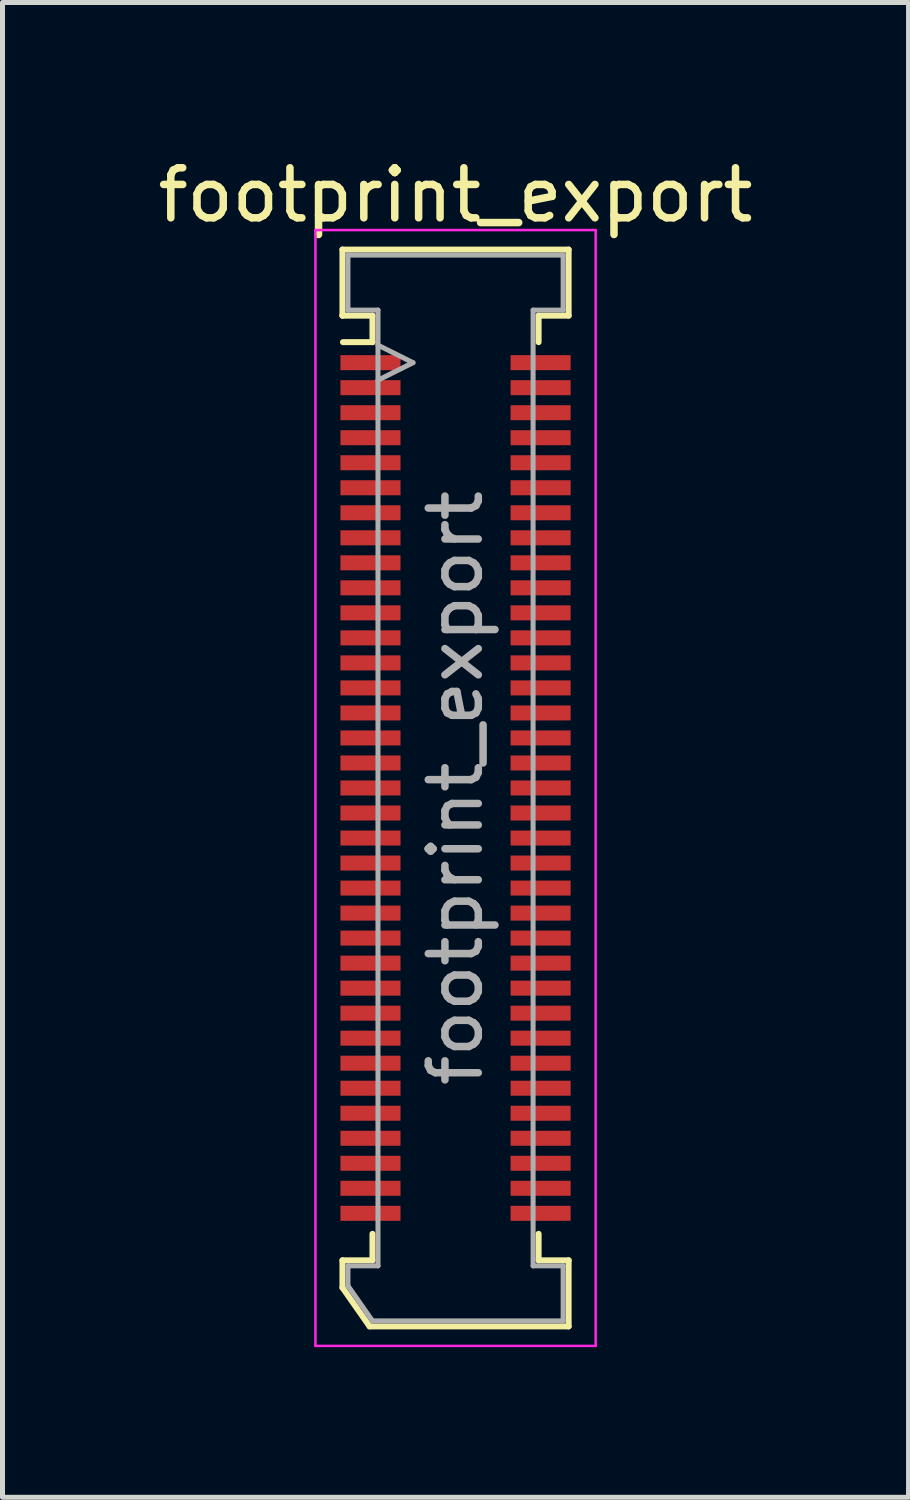
<source format=kicad_pcb>
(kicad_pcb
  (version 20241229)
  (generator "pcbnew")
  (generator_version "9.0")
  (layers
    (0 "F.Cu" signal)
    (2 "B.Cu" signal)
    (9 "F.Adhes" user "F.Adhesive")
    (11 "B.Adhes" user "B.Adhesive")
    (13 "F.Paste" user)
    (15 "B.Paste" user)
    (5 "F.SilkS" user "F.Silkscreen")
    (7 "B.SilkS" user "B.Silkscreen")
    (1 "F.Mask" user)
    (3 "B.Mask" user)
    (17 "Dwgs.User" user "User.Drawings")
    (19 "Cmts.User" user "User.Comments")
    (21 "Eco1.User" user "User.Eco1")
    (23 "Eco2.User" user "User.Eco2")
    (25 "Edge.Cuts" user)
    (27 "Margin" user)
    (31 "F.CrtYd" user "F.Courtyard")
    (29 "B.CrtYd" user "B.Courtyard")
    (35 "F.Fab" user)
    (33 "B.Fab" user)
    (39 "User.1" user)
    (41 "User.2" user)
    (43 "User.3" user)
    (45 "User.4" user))
  (footprint "footprint_export"
    (layer "F.Cu")
    (at 6.054 12.698)
    (property "Reference" "footprint_export" (at 0 -11.85 0) (layer "F.SilkS") (effects (font (size 1 1) (thickness 0.15))))
    (attr smd)
    (fp_line (start -2.26 -10.76) (end -2.26 -9.44) (stroke (width 0.12) (type solid)) (layer "F.SilkS"))
    (fp_line (start -2.26 -9.44) (end -2.26 -9.44) (stroke (width 0.12) (type solid)) (layer "F.SilkS"))
    (fp_line (start -2.26 -9.44) (end -1.66 -9.44) (stroke (width 0.12) (type solid)) (layer "F.SilkS"))
    (fp_line (start -2.26 9.44) (end -1.66 9.44) (stroke (width 0.12) (type solid)) (layer "F.SilkS"))
    (fp_line (start -2.26 9.985) (end -2.26 9.44) (stroke (width 0.12) (type solid)) (layer "F.SilkS"))
    (fp_line (start -1.717 10.76) (end -2.26 9.985) (stroke (width 0.12) (type solid)) (layer "F.SilkS"))
    (fp_line (start -1.66 -9.44) (end -1.66 -8.91) (stroke (width 0.12) (type solid)) (layer "F.SilkS"))
    (fp_line (start -1.66 -8.91) (end -2.25 -8.91) (stroke (width 0.12) (type solid)) (layer "F.SilkS"))
    (fp_line (start -1.66 9.44) (end -1.66 8.91) (stroke (width 0.12) (type solid)) (layer "F.SilkS"))
    (fp_line (start 1.66 -9.44) (end 2.26 -9.44) (stroke (width 0.12) (type solid)) (layer "F.SilkS"))
    (fp_line (start 1.66 -8.91) (end 1.66 -9.44) (stroke (width 0.12) (type solid)) (layer "F.SilkS"))
    (fp_line (start 1.66 8.91) (end 1.66 9.44) (stroke (width 0.12) (type solid)) (layer "F.SilkS"))
    (fp_line (start 1.66 9.44) (end 2.26 9.44) (stroke (width 0.12) (type solid)) (layer "F.SilkS"))
    (fp_line (start 2.26 -10.76) (end -2.26 -10.76) (stroke (width 0.12) (type solid)) (layer "F.SilkS"))
    (fp_line (start 2.26 -9.44) (end 2.26 -10.76) (stroke (width 0.12) (type solid)) (layer "F.SilkS"))
    (fp_line (start 2.26 9.44) (end 2.26 10.76) (stroke (width 0.12) (type solid)) (layer "F.SilkS"))
    (fp_line (start 2.26 10.76) (end -1.717 10.76) (stroke (width 0.12) (type solid)) (layer "F.SilkS"))
    (fp_line (start -2.8 -11.15) (end -2.8 11.15) (stroke (width 0.05) (type solid)) (layer "F.CrtYd"))
    (fp_line (start -2.8 11.15) (end 2.8 11.15) (stroke (width 0.05) (type solid)) (layer "F.CrtYd"))
    (fp_line (start 2.8 -11.15) (end -2.8 -11.15) (stroke (width 0.05) (type solid)) (layer "F.CrtYd"))
    (fp_line (start 2.8 11.15) (end 2.8 -11.15) (stroke (width 0.05) (type solid)) (layer "F.CrtYd"))
    (fp_line (start -2.15 -10.65) (end -2.15 -9.55) (stroke (width 0.1) (type solid)) (layer "F.Fab"))
    (fp_line (start -2.15 -9.55) (end -1.55 -9.55) (stroke (width 0.1) (type solid)) (layer "F.Fab"))
    (fp_line (start -2.15 9.55) (end -2.15 9.95) (stroke (width 0.1) (type solid)) (layer "F.Fab"))
    (fp_line (start -2.15 9.95) (end -1.66 10.65) (stroke (width 0.1) (type solid)) (layer "F.Fab"))
    (fp_line (start -1.66 10.65) (end 2.15 10.65) (stroke (width 0.1) (type solid)) (layer "F.Fab"))
    (fp_line (start -1.55 -9.55) (end -1.55 9.55) (stroke (width 0.1) (type solid)) (layer "F.Fab"))
    (fp_line (start -1.55 9.55) (end -2.15 9.55) (stroke (width 0.1) (type solid)) (layer "F.Fab"))
    (fp_line (start -0.85 -8.5) (end -1.55 -8.85) (stroke (width 0.1) (type solid)) (layer "F.Fab"))
    (fp_line (start -0.85 -8.5) (end -1.55 -8.15) (stroke (width 0.1) (type solid)) (layer "F.Fab"))
    (fp_line (start 1.55 -9.55) (end 2.15 -9.55) (stroke (width 0.1) (type solid)) (layer "F.Fab"))
    (fp_line (start 1.55 9.55) (end 1.55 -9.55) (stroke (width 0.1) (type solid)) (layer "F.Fab"))
    (fp_line (start 2.15 -10.65) (end -2.15 -10.65) (stroke (width 0.1) (type solid)) (layer "F.Fab"))
    (fp_line (start 2.15 -9.55) (end 2.15 -10.65) (stroke (width 0.1) (type solid)) (layer "F.Fab"))
    (fp_line (start 2.15 9.55) (end 1.55 9.55) (stroke (width 0.1) (type solid)) (layer "F.Fab"))
    (fp_line (start 2.15 10.65) (end 2.15 9.55) (stroke (width 0.1) (type solid)) (layer "F.Fab"))
    (fp_text user "${REFERENCE}" (at 0 0 90) (layer "F.Fab") (effects (font (size 1 1) (thickness 0.15))))
    (pad "1" smd rect (at -1.7 -8.5) (size 1.2 0.3) (layers "F.Cu" "F.Mask" "F.Paste"))
    (pad "2" smd rect (at 1.7 -8.5) (size 1.2 0.3) (layers "F.Cu" "F.Mask" "F.Paste"))
    (pad "3" smd rect (at -1.7 -8) (size 1.2 0.3) (layers "F.Cu" "F.Mask" "F.Paste"))
    (pad "4" smd rect (at 1.7 -8) (size 1.2 0.3) (layers "F.Cu" "F.Mask" "F.Paste"))
    (pad "5" smd rect (at -1.7 -7.5) (size 1.2 0.3) (layers "F.Cu" "F.Mask" "F.Paste"))
    (pad "6" smd rect (at 1.7 -7.5) (size 1.2 0.3) (layers "F.Cu" "F.Mask" "F.Paste"))
    (pad "7" smd rect (at -1.7 -7) (size 1.2 0.3) (layers "F.Cu" "F.Mask" "F.Paste"))
    (pad "8" smd rect (at 1.7 -7) (size 1.2 0.3) (layers "F.Cu" "F.Mask" "F.Paste"))
    (pad "9" smd rect (at -1.7 -6.5) (size 1.2 0.3) (layers "F.Cu" "F.Mask" "F.Paste"))
    (pad "10" smd rect (at 1.7 -6.5) (size 1.2 0.3) (layers "F.Cu" "F.Mask" "F.Paste"))
    (pad "11" smd rect (at -1.7 -6) (size 1.2 0.3) (layers "F.Cu" "F.Mask" "F.Paste"))
    (pad "12" smd rect (at 1.7 -6) (size 1.2 0.3) (layers "F.Cu" "F.Mask" "F.Paste"))
    (pad "13" smd rect (at -1.7 -5.5) (size 1.2 0.3) (layers "F.Cu" "F.Mask" "F.Paste"))
    (pad "14" smd rect (at 1.7 -5.5) (size 1.2 0.3) (layers "F.Cu" "F.Mask" "F.Paste"))
    (pad "15" smd rect (at -1.7 -5) (size 1.2 0.3) (layers "F.Cu" "F.Mask" "F.Paste"))
    (pad "16" smd rect (at 1.7 -5) (size 1.2 0.3) (layers "F.Cu" "F.Mask" "F.Paste"))
    (pad "17" smd rect (at -1.7 -4.5) (size 1.2 0.3) (layers "F.Cu" "F.Mask" "F.Paste"))
    (pad "18" smd rect (at 1.7 -4.5) (size 1.2 0.3) (layers "F.Cu" "F.Mask" "F.Paste"))
    (pad "19" smd rect (at -1.7 -4) (size 1.2 0.3) (layers "F.Cu" "F.Mask" "F.Paste"))
    (pad "20" smd rect (at 1.7 -4) (size 1.2 0.3) (layers "F.Cu" "F.Mask" "F.Paste"))
    (pad "21" smd rect (at -1.7 -3.5) (size 1.2 0.3) (layers "F.Cu" "F.Mask" "F.Paste"))
    (pad "22" smd rect (at 1.7 -3.5) (size 1.2 0.3) (layers "F.Cu" "F.Mask" "F.Paste"))
    (pad "23" smd rect (at -1.7 -3) (size 1.2 0.3) (layers "F.Cu" "F.Mask" "F.Paste"))
    (pad "24" smd rect (at 1.7 -3) (size 1.2 0.3) (layers "F.Cu" "F.Mask" "F.Paste"))
    (pad "25" smd rect (at -1.7 -2.5) (size 1.2 0.3) (layers "F.Cu" "F.Mask" "F.Paste"))
    (pad "26" smd rect (at 1.7 -2.5) (size 1.2 0.3) (layers "F.Cu" "F.Mask" "F.Paste"))
    (pad "27" smd rect (at -1.7 -2) (size 1.2 0.3) (layers "F.Cu" "F.Mask" "F.Paste"))
    (pad "28" smd rect (at 1.7 -2) (size 1.2 0.3) (layers "F.Cu" "F.Mask" "F.Paste"))
    (pad "29" smd rect (at -1.7 -1.5) (size 1.2 0.3) (layers "F.Cu" "F.Mask" "F.Paste"))
    (pad "30" smd rect (at 1.7 -1.5) (size 1.2 0.3) (layers "F.Cu" "F.Mask" "F.Paste"))
    (pad "31" smd rect (at -1.7 -1) (size 1.2 0.3) (layers "F.Cu" "F.Mask" "F.Paste"))
    (pad "32" smd rect (at 1.7 -1) (size 1.2 0.3) (layers "F.Cu" "F.Mask" "F.Paste"))
    (pad "33" smd rect (at -1.7 -0.5) (size 1.2 0.3) (layers "F.Cu" "F.Mask" "F.Paste"))
    (pad "34" smd rect (at 1.7 -0.5) (size 1.2 0.3) (layers "F.Cu" "F.Mask" "F.Paste"))
    (pad "35" smd rect (at -1.7 0) (size 1.2 0.3) (layers "F.Cu" "F.Mask" "F.Paste"))
    (pad "36" smd rect (at 1.7 0) (size 1.2 0.3) (layers "F.Cu" "F.Mask" "F.Paste"))
    (pad "37" smd rect (at -1.7 0.5) (size 1.2 0.3) (layers "F.Cu" "F.Mask" "F.Paste"))
    (pad "38" smd rect (at 1.7 0.5) (size 1.2 0.3) (layers "F.Cu" "F.Mask" "F.Paste"))
    (pad "39" smd rect (at -1.7 1) (size 1.2 0.3) (layers "F.Cu" "F.Mask" "F.Paste"))
    (pad "40" smd rect (at 1.7 1) (size 1.2 0.3) (layers "F.Cu" "F.Mask" "F.Paste"))
    (pad "41" smd rect (at -1.7 1.5) (size 1.2 0.3) (layers "F.Cu" "F.Mask" "F.Paste"))
    (pad "42" smd rect (at 1.7 1.5) (size 1.2 0.3) (layers "F.Cu" "F.Mask" "F.Paste"))
    (pad "43" smd rect (at -1.7 2) (size 1.2 0.3) (layers "F.Cu" "F.Mask" "F.Paste"))
    (pad "44" smd rect (at 1.7 2) (size 1.2 0.3) (layers "F.Cu" "F.Mask" "F.Paste"))
    (pad "45" smd rect (at -1.7 2.5) (size 1.2 0.3) (layers "F.Cu" "F.Mask" "F.Paste"))
    (pad "46" smd rect (at 1.7 2.5) (size 1.2 0.3) (layers "F.Cu" "F.Mask" "F.Paste"))
    (pad "47" smd rect (at -1.7 3) (size 1.2 0.3) (layers "F.Cu" "F.Mask" "F.Paste"))
    (pad "48" smd rect (at 1.7 3) (size 1.2 0.3) (layers "F.Cu" "F.Mask" "F.Paste"))
    (pad "49" smd rect (at -1.7 3.5) (size 1.2 0.3) (layers "F.Cu" "F.Mask" "F.Paste"))
    (pad "50" smd rect (at 1.7 3.5) (size 1.2 0.3) (layers "F.Cu" "F.Mask" "F.Paste"))
    (pad "51" smd rect (at -1.7 4) (size 1.2 0.3) (layers "F.Cu" "F.Mask" "F.Paste"))
    (pad "52" smd rect (at 1.7 4) (size 1.2 0.3) (layers "F.Cu" "F.Mask" "F.Paste"))
    (pad "53" smd rect (at -1.7 4.5) (size 1.2 0.3) (layers "F.Cu" "F.Mask" "F.Paste"))
    (pad "54" smd rect (at 1.7 4.5) (size 1.2 0.3) (layers "F.Cu" "F.Mask" "F.Paste"))
    (pad "55" smd rect (at -1.7 5) (size 1.2 0.3) (layers "F.Cu" "F.Mask" "F.Paste"))
    (pad "56" smd rect (at 1.7 5) (size 1.2 0.3) (layers "F.Cu" "F.Mask" "F.Paste"))
    (pad "57" smd rect (at -1.7 5.5) (size 1.2 0.3) (layers "F.Cu" "F.Mask" "F.Paste"))
    (pad "58" smd rect (at 1.7 5.5) (size 1.2 0.3) (layers "F.Cu" "F.Mask" "F.Paste"))
    (pad "59" smd rect (at -1.7 6) (size 1.2 0.3) (layers "F.Cu" "F.Mask" "F.Paste"))
    (pad "60" smd rect (at 1.7 6) (size 1.2 0.3) (layers "F.Cu" "F.Mask" "F.Paste"))
    (pad "61" smd rect (at -1.7 6.5) (size 1.2 0.3) (layers "F.Cu" "F.Mask" "F.Paste"))
    (pad "62" smd rect (at 1.7 6.5) (size 1.2 0.3) (layers "F.Cu" "F.Mask" "F.Paste"))
    (pad "63" smd rect (at -1.7 7) (size 1.2 0.3) (layers "F.Cu" "F.Mask" "F.Paste"))
    (pad "64" smd rect (at 1.7 7) (size 1.2 0.3) (layers "F.Cu" "F.Mask" "F.Paste"))
    (pad "65" smd rect (at -1.7 7.5) (size 1.2 0.3) (layers "F.Cu" "F.Mask" "F.Paste"))
    (pad "66" smd rect (at 1.7 7.5) (size 1.2 0.3) (layers "F.Cu" "F.Mask" "F.Paste"))
    (pad "67" smd rect (at -1.7 8) (size 1.2 0.3) (layers "F.Cu" "F.Mask" "F.Paste"))
    (pad "68" smd rect (at 1.7 8) (size 1.2 0.3) (layers "F.Cu" "F.Mask" "F.Paste"))
    (pad "69" smd rect (at -1.7 8.5) (size 1.2 0.3) (layers "F.Cu" "F.Mask" "F.Paste"))
    (pad "70" smd rect (at 1.7 8.5) (size 1.2 0.3) (layers "F.Cu" "F.Mask" "F.Paste")))
  (gr_rect
    (start -3 -3)
    (end 15.107 26.873)
    (stroke (width 0.1) (type default))
    (fill no)
    (layer "Edge.Cuts")))
</source>
